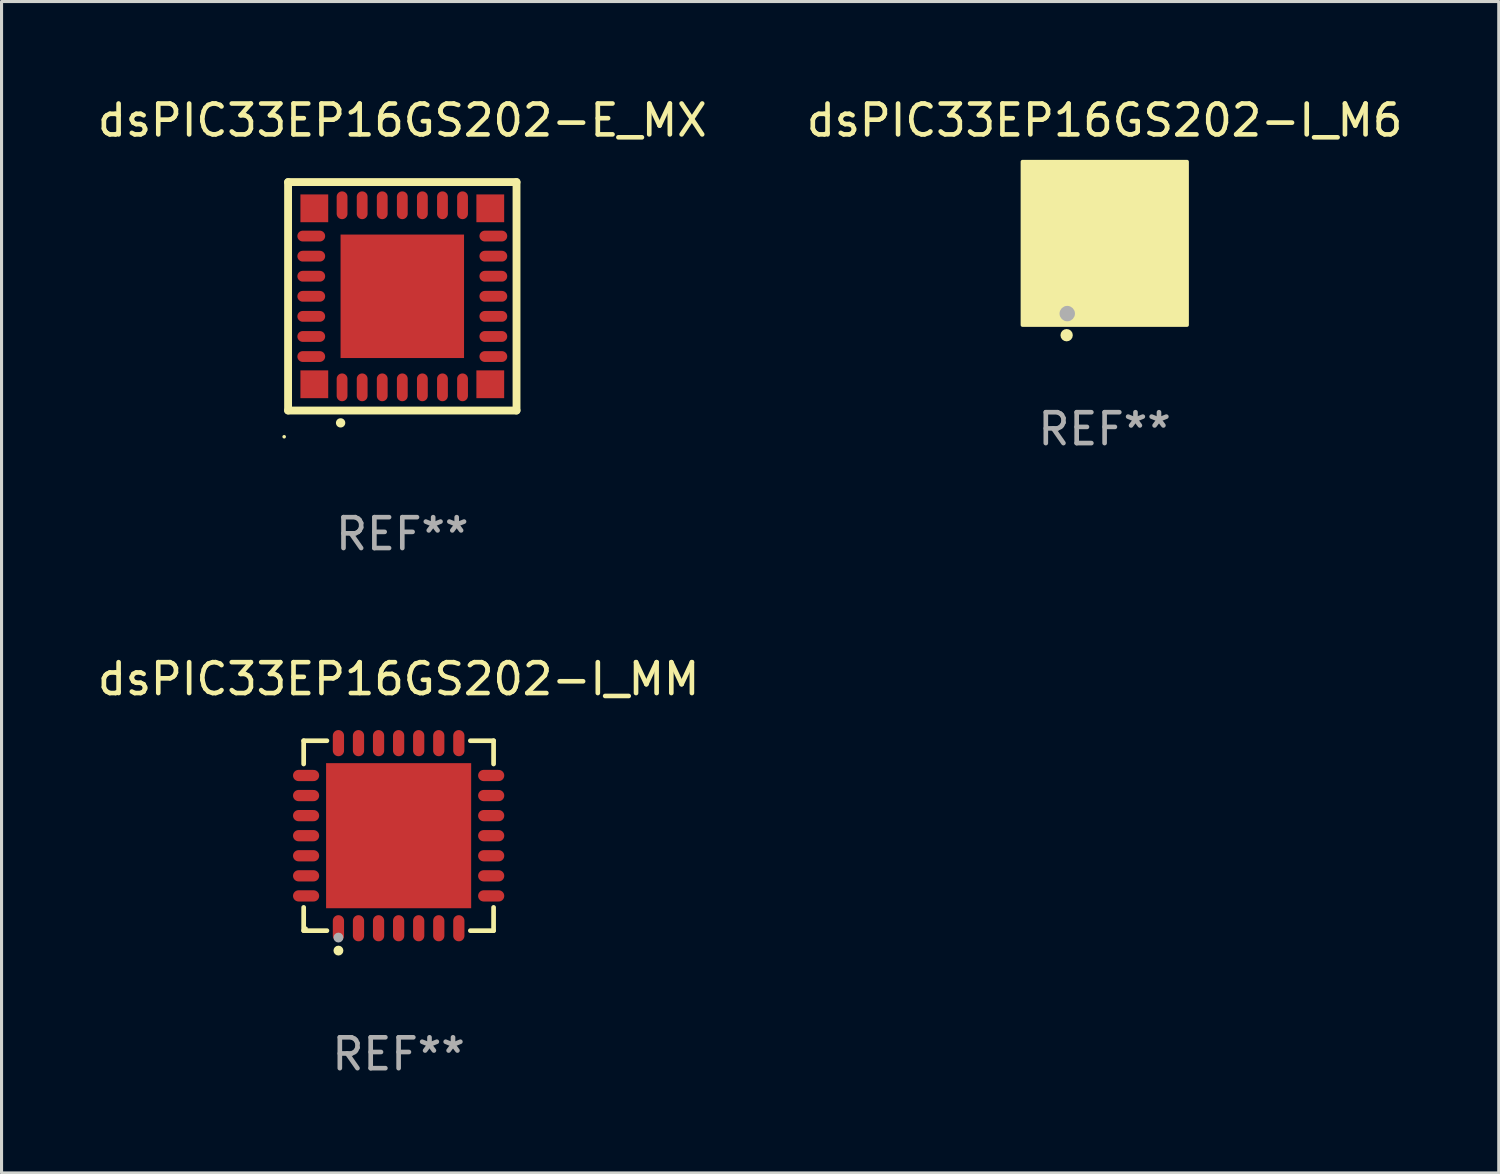
<source format=kicad_pcb>
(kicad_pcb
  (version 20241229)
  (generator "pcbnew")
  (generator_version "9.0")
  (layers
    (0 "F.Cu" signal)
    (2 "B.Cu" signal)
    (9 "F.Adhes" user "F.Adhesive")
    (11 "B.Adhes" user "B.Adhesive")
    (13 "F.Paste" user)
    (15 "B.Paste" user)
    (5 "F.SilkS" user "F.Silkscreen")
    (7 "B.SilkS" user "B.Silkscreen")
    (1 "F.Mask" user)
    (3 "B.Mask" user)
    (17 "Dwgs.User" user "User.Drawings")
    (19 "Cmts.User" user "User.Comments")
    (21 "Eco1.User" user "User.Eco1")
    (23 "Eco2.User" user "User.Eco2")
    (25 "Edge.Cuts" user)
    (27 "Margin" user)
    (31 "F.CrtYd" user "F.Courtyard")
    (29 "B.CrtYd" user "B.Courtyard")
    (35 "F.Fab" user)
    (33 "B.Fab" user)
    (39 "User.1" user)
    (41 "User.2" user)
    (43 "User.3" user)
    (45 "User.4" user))
  (footprint "dsPIC33EP16GS202-E_MX"
    (layer "F.Cu")
    (at 9.982 6.548)
    (property "Reference" "dsPIC33EP16GS202-E_MX" (at 0 -5.7 0) (layer "F.SilkS") (effects (font (size 1 1) (thickness 0.15))))
    (attr through_hole)
    (fp_line (start -3.7 -3.7) (end 3.7 -3.7) (stroke (width 0.254) (type solid)) (layer "F.SilkS"))
    (fp_line (start -3.7 3.7) (end -3.7 -3.7) (stroke (width 0.254) (type solid)) (layer "F.SilkS"))
    (fp_line (start 3.7 -3.7) (end 3.7 3.7) (stroke (width 0.254) (type solid)) (layer "F.SilkS"))
    (fp_line (start 3.7 3.7) (end -3.7 3.7) (stroke (width 0.254) (type solid)) (layer "F.SilkS"))
    (fp_arc (start -2 4.1) (mid -1.99873 4.099995) (end -1.99746 4.1) (stroke (width 0.3) (type solid)) (layer "F.SilkS"))
    (fp_circle (center -3.827 4.55) (end -3.797 4.55) (stroke (width 0.06) (type solid)) (fill no) (layer "F.SilkS"))
    (fp_text user "REF**" (at 0 7.7 0) (layer "F.Fab") (effects (font (size 1 1) (thickness 0.15))))
    (pad "1" smd oval (at -1.951 2.949 180) (size 0.35 0.9) (layers "F.Cu" "F.Mask" "F.Paste"))
    (pad "2" smd oval (at -1.3 2.949 180) (size 0.35 0.9) (layers "F.Cu" "F.Mask" "F.Paste"))
    (pad "3" smd oval (at -0.65 2.949 180) (size 0.35 0.9) (layers "F.Cu" "F.Mask" "F.Paste"))
    (pad "4" smd oval (at 0.000051 2.949 180) (size 0.35 0.9) (layers "F.Cu" "F.Mask" "F.Paste"))
    (pad "5" smd oval (at 0.65 2.949 180) (size 0.35 0.9) (layers "F.Cu" "F.Mask" "F.Paste"))
    (pad "6" smd oval (at 1.301 2.949 180) (size 0.35 0.9) (layers "F.Cu" "F.Mask" "F.Paste"))
    (pad "7" smd oval (at 1.951 2.949 180) (size 0.35 0.9) (layers "F.Cu" "F.Mask" "F.Paste"))
    (pad "8" smd oval (at 2.949 1.951 90) (size 0.35 0.9) (layers "F.Cu" "F.Mask" "F.Paste"))
    (pad "9" smd oval (at 2.949 1.301 90) (size 0.35 0.9) (layers "F.Cu" "F.Mask" "F.Paste"))
    (pad "10" smd oval (at 2.949 0.65 90) (size 0.35 0.9) (layers "F.Cu" "F.Mask" "F.Paste"))
    (pad "11" smd oval (at 2.949 0.000051 90) (size 0.35 0.9) (layers "F.Cu" "F.Mask" "F.Paste"))
    (pad "12" smd oval (at 2.949 -0.65 90) (size 0.35 0.9) (layers "F.Cu" "F.Mask" "F.Paste"))
    (pad "13" smd oval (at 2.949 -1.3 90) (size 0.35 0.9) (layers "F.Cu" "F.Mask" "F.Paste"))
    (pad "14" smd oval (at 2.949 -1.951 90) (size 0.35 0.9) (layers "F.Cu" "F.Mask" "F.Paste"))
    (pad "15" smd oval (at 1.951 -2.949 180) (size 0.35 0.9) (layers "F.Cu" "F.Mask" "F.Paste"))
    (pad "16" smd oval (at 1.301 -2.949 180) (size 0.35 0.9) (layers "F.Cu" "F.Mask" "F.Paste"))
    (pad "17" smd oval (at 0.65 -2.949 180) (size 0.35 0.9) (layers "F.Cu" "F.Mask" "F.Paste"))
    (pad "18" smd oval (at 0.000051 -2.949 180) (size 0.35 0.9) (layers "F.Cu" "F.Mask" "F.Paste"))
    (pad "19" smd oval (at -0.65 -2.949 180) (size 0.35 0.9) (layers "F.Cu" "F.Mask" "F.Paste"))
    (pad "20" smd oval (at -1.3 -2.949 180) (size 0.35 0.9) (layers "F.Cu" "F.Mask" "F.Paste"))
    (pad "21" smd oval (at -1.951 -2.949 180) (size 0.35 0.9) (layers "F.Cu" "F.Mask" "F.Paste"))
    (pad "22" smd oval (at -2.949 -1.951 90) (size 0.35 0.9) (layers "F.Cu" "F.Mask" "F.Paste"))
    (pad "23" smd oval (at -2.949 -1.3 90) (size 0.35 0.9) (layers "F.Cu" "F.Mask" "F.Paste"))
    (pad "24" smd oval (at -2.949 -0.65 90) (size 0.35 0.9) (layers "F.Cu" "F.Mask" "F.Paste"))
    (pad "25" smd oval (at -2.949 0.000051 90) (size 0.35 0.9) (layers "F.Cu" "F.Mask" "F.Paste"))
    (pad "26" smd oval (at -2.949 0.65 90) (size 0.35 0.9) (layers "F.Cu" "F.Mask" "F.Paste"))
    (pad "27" smd oval (at -2.949 1.301 90) (size 0.35 0.9) (layers "F.Cu" "F.Mask" "F.Paste"))
    (pad "28" smd oval (at -2.949 1.951 90) (size 0.35 0.9) (layers "F.Cu" "F.Mask" "F.Paste"))
    (pad "29" smd rect (at -2.85 -2.85 90) (size 0.9 0.9) (layers "F.Cu" "F.Mask" "F.Paste"))
    (pad "29" smd rect (at -2.85 2.85 90) (size 0.9 0.9) (layers "F.Cu" "F.Mask" "F.Paste"))
    (pad "29" smd rect (at 0.000051 0.000051 90) (size 4 4) (layers "F.Cu" "F.Mask" "F.Paste"))
    (pad "29" smd rect (at 2.85 -2.85 90) (size 0.9 0.9) (layers "F.Cu" "F.Mask" "F.Paste"))
    (pad "29" smd rect (at 2.85 2.85 90) (size 0.9 0.9) (layers "F.Cu" "F.Mask" "F.Paste")))
  (footprint "dsPIC33EP16GS202-I_MM"
    (layer "F.Cu")
    (at 9.863 24.021)
    (property "Reference" "dsPIC33EP16GS202-I_MM" (at 0 -5.076 0) (layer "F.SilkS") (effects (font (size 1 1) (thickness 0.15))))
    (attr through_hole)
    (fp_line (start -3.076 -3.076) (end -2.323 -3.076) (stroke (width 0.152) (type solid)) (layer "F.SilkS"))
    (fp_line (start -3.076 -2.323) (end -3.076 -3.076) (stroke (width 0.152) (type solid)) (layer "F.SilkS"))
    (fp_line (start -3.076 2.323) (end -3.076 3.076) (stroke (width 0.152) (type solid)) (layer "F.SilkS"))
    (fp_line (start -3.076 3.076) (end -2.323 3.076) (stroke (width 0.152) (type solid)) (layer "F.SilkS"))
    (fp_line (start 3.076 -3.076) (end 2.323 -3.076) (stroke (width 0.152) (type solid)) (layer "F.SilkS"))
    (fp_line (start 3.076 -2.323) (end 3.076 -3.076) (stroke (width 0.152) (type solid)) (layer "F.SilkS"))
    (fp_line (start 3.076 2.323) (end 3.076 3.076) (stroke (width 0.152) (type solid)) (layer "F.SilkS"))
    (fp_line (start 3.076 3.076) (end 2.323 3.076) (stroke (width 0.152) (type solid)) (layer "F.SilkS"))
    (fp_circle (center -3 3) (end -2.97 3) (stroke (width 0.06) (type solid)) (fill no) (layer "F.SilkS"))
    (fp_circle (center -1.95 3.722) (end -1.87 3.722) (stroke (width 0.16) (type solid)) (fill no) (layer "F.SilkS"))
    (fp_circle (center -1.95 3.3) (end -1.87 3.3) (stroke (width 0.16) (type solid)) (fill no) (layer "F.Fab"))
    (fp_text user "REF**" (at 0 7.076 0) (layer "F.Fab") (effects (font (size 1 1) (thickness 0.15))))
    (pad "1" smd oval (at -1.95 2.998) (size 0.364 0.847) (layers "F.Cu" "F.Mask" "F.Paste"))
    (pad "2" smd oval (at -1.3 2.998) (size 0.364 0.847) (layers "F.Cu" "F.Mask" "F.Paste"))
    (pad "3" smd oval (at -0.65 2.998) (size 0.364 0.847) (layers "F.Cu" "F.Mask" "F.Paste"))
    (pad "4" smd oval (at 0 2.998) (size 0.364 0.847) (layers "F.Cu" "F.Mask" "F.Paste"))
    (pad "5" smd oval (at 0.65 2.998) (size 0.364 0.847) (layers "F.Cu" "F.Mask" "F.Paste"))
    (pad "6" smd oval (at 1.3 2.998) (size 0.364 0.847) (layers "F.Cu" "F.Mask" "F.Paste"))
    (pad "7" smd oval (at 1.95 2.998) (size 0.364 0.847) (layers "F.Cu" "F.Mask" "F.Paste"))
    (pad "8" smd oval (at 2.998 1.95) (size 0.847 0.364) (layers "F.Cu" "F.Mask" "F.Paste"))
    (pad "9" smd oval (at 2.998 1.3) (size 0.847 0.364) (layers "F.Cu" "F.Mask" "F.Paste"))
    (pad "10" smd oval (at 2.998 0.65) (size 0.847 0.364) (layers "F.Cu" "F.Mask" "F.Paste"))
    (pad "11" smd oval (at 2.998 0) (size 0.847 0.364) (layers "F.Cu" "F.Mask" "F.Paste"))
    (pad "12" smd oval (at 2.998 -0.65) (size 0.847 0.364) (layers "F.Cu" "F.Mask" "F.Paste"))
    (pad "13" smd oval (at 2.998 -1.3) (size 0.847 0.364) (layers "F.Cu" "F.Mask" "F.Paste"))
    (pad "14" smd oval (at 2.998 -1.95) (size 0.847 0.364) (layers "F.Cu" "F.Mask" "F.Paste"))
    (pad "15" smd oval (at 1.95 -2.998) (size 0.364 0.847) (layers "F.Cu" "F.Mask" "F.Paste"))
    (pad "16" smd oval (at 1.3 -2.998) (size 0.364 0.847) (layers "F.Cu" "F.Mask" "F.Paste"))
    (pad "17" smd oval (at 0.65 -2.998) (size 0.364 0.847) (layers "F.Cu" "F.Mask" "F.Paste"))
    (pad "18" smd oval (at 0 -2.998) (size 0.364 0.847) (layers "F.Cu" "F.Mask" "F.Paste"))
    (pad "19" smd oval (at -0.65 -2.998) (size 0.364 0.847) (layers "F.Cu" "F.Mask" "F.Paste"))
    (pad "20" smd oval (at -1.3 -2.998) (size 0.364 0.847) (layers "F.Cu" "F.Mask" "F.Paste"))
    (pad "21" smd oval (at -1.95 -2.998) (size 0.364 0.847) (layers "F.Cu" "F.Mask" "F.Paste"))
    (pad "22" smd oval (at -2.998 -1.95) (size 0.847 0.364) (layers "F.Cu" "F.Mask" "F.Paste"))
    (pad "23" smd oval (at -2.998 -1.3) (size 0.847 0.364) (layers "F.Cu" "F.Mask" "F.Paste"))
    (pad "24" smd oval (at -2.998 -0.65) (size 0.847 0.364) (layers "F.Cu" "F.Mask" "F.Paste"))
    (pad "25" smd oval (at -2.998 0) (size 0.847 0.364) (layers "F.Cu" "F.Mask" "F.Paste"))
    (pad "26" smd oval (at -2.998 0.65) (size 0.847 0.364) (layers "F.Cu" "F.Mask" "F.Paste"))
    (pad "27" smd oval (at -2.998 1.3) (size 0.847 0.364) (layers "F.Cu" "F.Mask" "F.Paste"))
    (pad "28" smd oval (at -2.998 1.95) (size 0.847 0.364) (layers "F.Cu" "F.Mask" "F.Paste"))
    (pad "29" smd rect (at 0 0) (size 4.7 4.7) (layers "F.Cu" "F.Mask" "F.Paste")))
  (footprint "dsPIC33EP16GS202-I_M6"
    (layer "F.Cu")
    (at 32.732 4.848)
    (property "Reference" "dsPIC33EP16GS202-I_M6" (at 0 -4 0) (layer "F.SilkS") (effects (font (size 1 1) (thickness 0.15))))
    (attr through_hole)
    (fp_circle (center -2 2) (end -1.97 2) (stroke (width 0.06) (type solid)) (fill no) (layer "F.SilkS"))
    (fp_circle (center -1.23 2.96) (end -1.13 2.96) (stroke (width 0.2) (type solid)) (fill no) (layer "F.SilkS"))
    (fp_poly (pts (xy -2.66 -2.66) (xy 2.67 -2.66) (xy 2.67 2.63) (xy -2.66 2.63)) (stroke (width 0.12) (type solid)) (fill yes) (layer "F.SilkS"))
    (fp_circle (center -1.21 2.26) (end -1.085 2.26) (stroke (width 0.25) (type solid)) (fill no) (layer "F.Fab"))
    (fp_text user "REF**" (at 0 6 0) (layer "F.Fab") (effects (font (size 1 1) (thickness 0.15))))
    (pad "1" smd rect (at -1.2 2 180) (size 0.2 0.85) (layers "F.Cu" "F.Mask" "F.Paste"))
    (pad "2" smd rect (at -0.8 2 180) (size 0.2 0.85) (layers "F.Cu" "F.Mask" "F.Paste"))
    (pad "3" smd rect (at -0.4 2 180) (size 0.2 0.85) (layers "F.Cu" "F.Mask" "F.Paste"))
    (pad "4" smd rect (at -0.000025 2 180) (size 0.2 0.85) (layers "F.Cu" "F.Mask" "F.Paste"))
    (pad "5" smd rect (at 0.4 2 180) (size 0.2 0.85) (layers "F.Cu" "F.Mask" "F.Paste"))
    (pad "6" smd rect (at 0.8 2 180) (size 0.2 0.85) (layers "F.Cu" "F.Mask" "F.Paste"))
    (pad "7" smd rect (at 1.2 2 180) (size 0.2 0.85) (layers "F.Cu" "F.Mask" "F.Paste"))
    (pad "8" smd rect (at 2 1.2 270) (size 0.2 0.85) (layers "F.Cu" "F.Mask" "F.Paste"))
    (pad "9" smd rect (at 2 0.8 270) (size 0.2 0.85) (layers "F.Cu" "F.Mask" "F.Paste"))
    (pad "10" smd rect (at 2 0.4 270) (size 0.2 0.85) (layers "F.Cu" "F.Mask" "F.Paste"))
    (pad "11" smd rect (at 2 -0.000025 270) (size 0.2 0.85) (layers "F.Cu" "F.Mask" "F.Paste"))
    (pad "12" smd rect (at 2 -0.4 270) (size 0.2 0.85) (layers "F.Cu" "F.Mask" "F.Paste"))
    (pad "13" smd rect (at 2 -0.8 270) (size 0.2 0.85) (layers "F.Cu" "F.Mask" "F.Paste"))
    (pad "14" smd rect (at 2 -1.2 270) (size 0.2 0.85) (layers "F.Cu" "F.Mask" "F.Paste"))
    (pad "15" smd rect (at 1.2 -2) (size 0.2 0.85) (layers "F.Cu" "F.Mask" "F.Paste"))
    (pad "16" smd rect (at 0.8 -2) (size 0.2 0.85) (layers "F.Cu" "F.Mask" "F.Paste"))
    (pad "17" smd rect (at 0.4 -2) (size 0.2 0.85) (layers "F.Cu" "F.Mask" "F.Paste"))
    (pad "18" smd rect (at -0.000051 -2) (size 0.2 0.85) (layers "F.Cu" "F.Mask" "F.Paste"))
    (pad "19" smd rect (at -0.4 -2) (size 0.2 0.85) (layers "F.Cu" "F.Mask" "F.Paste"))
    (pad "20" smd rect (at -0.8 -2) (size 0.2 0.85) (layers "F.Cu" "F.Mask" "F.Paste"))
    (pad "21" smd rect (at -1.2 -2) (size 0.2 0.85) (layers "F.Cu" "F.Mask" "F.Paste"))
    (pad "22" smd rect (at -2 -1.2 90) (size 0.2 0.85) (layers "F.Cu" "F.Mask" "F.Paste"))
    (pad "23" smd rect (at -2 -0.8 90) (size 0.2 0.85) (layers "F.Cu" "F.Mask" "F.Paste"))
    (pad "24" smd rect (at -2 -0.4 90) (size 0.2 0.85) (layers "F.Cu" "F.Mask" "F.Paste"))
    (pad "25" smd rect (at -2 -0.000025 90) (size 0.2 0.85) (layers "F.Cu" "F.Mask" "F.Paste"))
    (pad "26" smd rect (at -2 0.4 90) (size 0.2 0.85) (layers "F.Cu" "F.Mask" "F.Paste"))
    (pad "27" smd rect (at -2 0.8 90) (size 0.2 0.85) (layers "F.Cu" "F.Mask" "F.Paste"))
    (pad "28" smd rect (at -2 1.2 90) (size 0.2 0.85) (layers "F.Cu" "F.Mask" "F.Paste"))
    (pad "29" smd rect (at -1.95 -1.95 90) (size 0.78 0.78) (layers "F.Cu" "F.Mask" "F.Paste"))
    (pad "29" smd rect (at -1.95 1.95 90) (size 0.78 0.78) (layers "F.Cu" "F.Mask" "F.Paste"))
    (pad "29" smd rect (at 0.000254 0 90) (size 2 2) (layers "F.Cu" "F.Mask" "F.Paste"))
    (pad "29" smd rect (at 1.95 -1.95 90) (size 0.78 0.78) (layers "F.Cu" "F.Mask" "F.Paste"))
    (pad "29" smd rect (at 1.95 1.95 90) (size 0.78 0.78) (layers "F.Cu" "F.Mask" "F.Paste")))
  (gr_rect
    (start -3 -3)
    (end 45.5 34.945)
    (stroke (width 0.1) (type default))
    (fill no)
    (layer "Edge.Cuts")))
</source>
